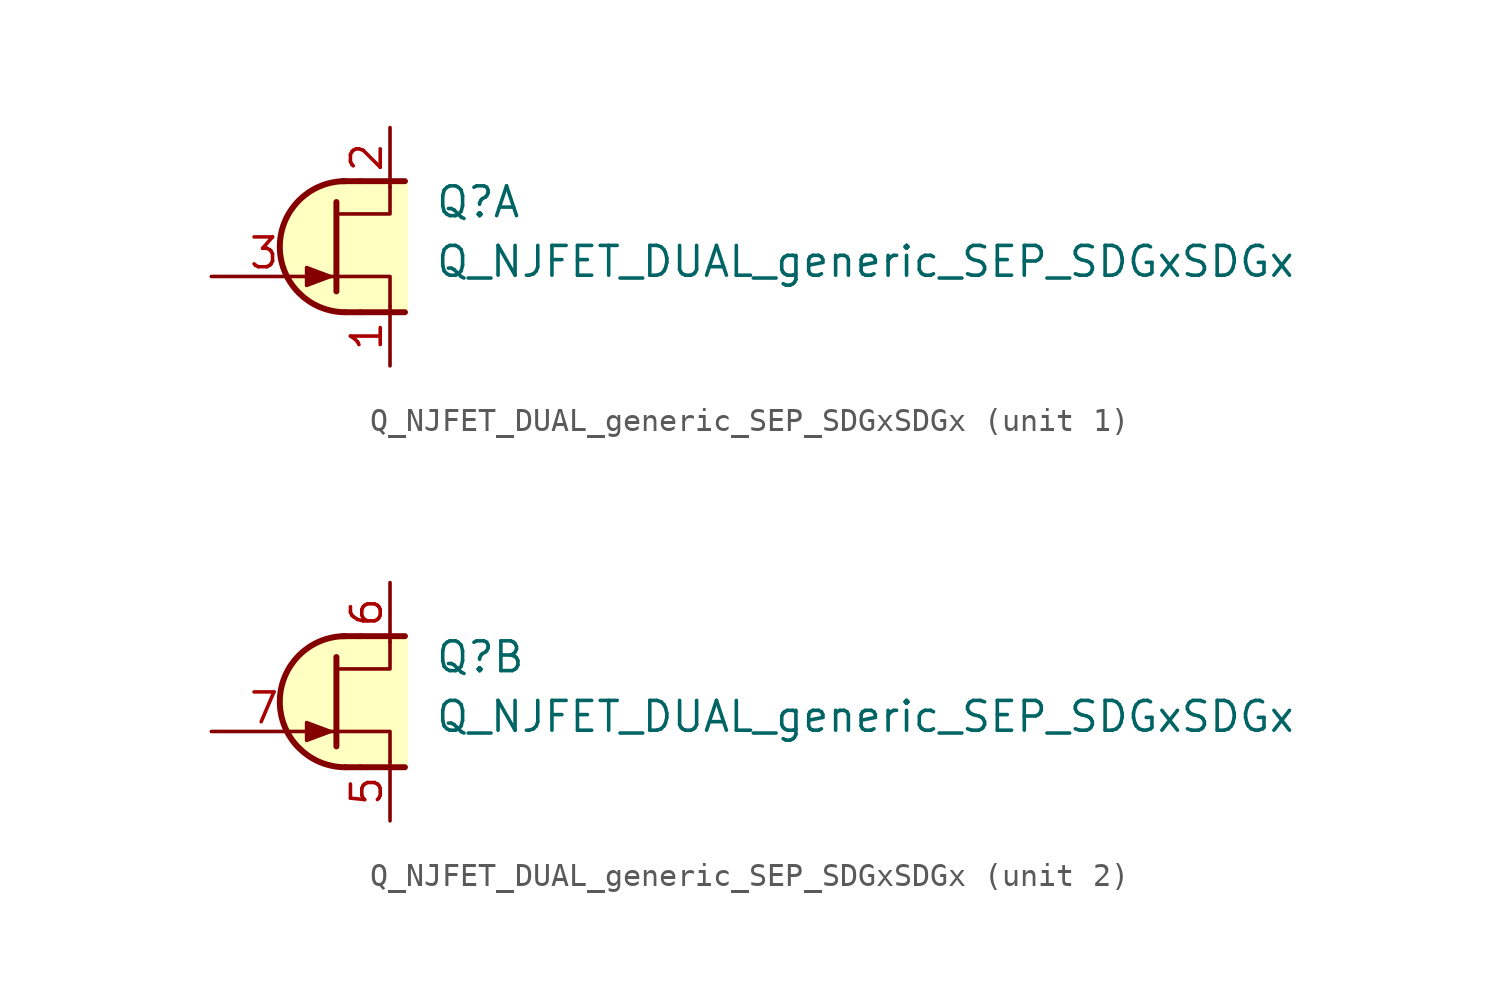
<source format=kicad_sym>
(kicad_symbol_lib
  (version 20231120)
  (generator "kicad_symbol_editor")
  (generator_version "8.0")
  (symbol "Q_NJFET_DUAL_generic_SEP_SDGxSDGx"
    (pin_names
      (offset 1.016) hide)
    (property "Reference" "Q"
      (at 3.175 1.905 0)
      (effects (font (size 1.27 1.27)) (justify left)))
    (property "Value" "Q_NJFET_DUAL_generic_SEP_SDGxSDGx"
      (at 3.175 -0.635 0)
      (effects (font (size 1.27 1.27)) (justify left)))
    (property "ki_locked" ""
      (at 0 0 0)
      (effects (font (size 1.27 1.27))))
    (symbol "Q_NJFET_DUAL_generic_SEP_SDGxSDGx_1_1"
      (arc (start -0.635 2.794) (mid -3.4169 0) (end -0.635 -2.794) (stroke (width 0.254) (type default)) (fill (type none)))
      (polyline (pts (xy -1.397 -1.27) (xy -1.016 -1.27)) (stroke (width 0) (type default)) (fill (type none)))
      (polyline (pts (xy 0 -2.794) (xy -0.635 -2.794)) (stroke (width 0.254) (type default)) (fill (type none)))
      (polyline (pts (xy 0 -2.794) (xy 1.905 -2.794)) (stroke (width 0.254) (type default)) (fill (type none)))
      (polyline (pts (xy 0 2.794) (xy -0.762 2.794)) (stroke (width 0.254) (type default)) (fill (type none)))
      (polyline (pts (xy 0 2.794) (xy 1.905 2.794)) (stroke (width 0.254) (type default)) (fill (type none)))
      (polyline (pts (xy -1.016 1.905) (xy -1.016 -1.905) (xy -1.016 -1.905)) (stroke (width 0.254) (type default)) (fill (type none)))
      (polyline (pts (xy 1.27 -2.54) (xy 1.27 -1.27) (xy -1.016 -1.27)) (stroke (width 0) (type default)) (fill (type none)))
      (polyline (pts (xy 1.27 2.54) (xy 1.27 1.397) (xy -1.016 1.397)) (stroke (width 0) (type default)) (fill (type none)))
      (polyline (pts (xy -1.27 -1.27) (xy -2.286 -0.889) (xy -2.286 -1.651) (xy -1.27 -1.27)) (stroke (width 0) (type default)) (fill (type outline)))
      (polyline (pts (xy 2.032 2.794) (xy -1.143 2.794) (xy -2.413 2.286) (xy -3.302 0.889) (xy -3.429 -0.381) (xy -2.921 -1.524) (xy -2.032 -2.413) (xy -0.635 -2.794) (xy 2.032 -2.794)) (stroke (width 0.025) (type default)) (fill (type background)))
      (pin passive line (at 1.27 -5.08 90) (length 2.54) (name "S1" (effects (font (size 1.27 1.27)))) (number "1" (effects (font (size 1.27 1.27)))))
      (pin passive line (at 1.27 5.08 270) (length 2.54) (name "D1" (effects (font (size 1.27 1.27)))) (number "2" (effects (font (size 1.27 1.27)))))
      (pin input line (at -6.35 -1.27 0) (length 4.496) (name "G1" (effects (font (size 1.27 1.27)))) (number "3" (effects (font (size 1.27 1.27)))))
      (pin free line (at 0 1.27 180) (length 2.54) hide (name "NC" (effects (font (size 1.27 1.27)))) (number "4" (effects (font (size 1.27 1.27)))))
      (pin free line (at 0 -1.27 180) (length 2.54) hide (name "NC" (effects (font (size 1.27 1.27)))) (number "8" (effects (font (size 1.27 1.27))))))
    (symbol "Q_NJFET_DUAL_generic_SEP_SDGxSDGx_2_1"
      (arc (start -0.635 2.794) (mid -3.4169 0) (end -0.635 -2.794) (stroke (width 0.254) (type default)) (fill (type none)))
      (polyline (pts (xy -1.397 -1.27) (xy -1.016 -1.27)) (stroke (width 0) (type default)) (fill (type none)))
      (polyline (pts (xy 0 -2.794) (xy -0.635 -2.794)) (stroke (width 0.254) (type default)) (fill (type none)))
      (polyline (pts (xy 0 -2.794) (xy 1.905 -2.794)) (stroke (width 0.254) (type default)) (fill (type none)))
      (polyline (pts (xy 0 2.794) (xy -0.762 2.794)) (stroke (width 0.254) (type default)) (fill (type none)))
      (polyline (pts (xy 0 2.794) (xy 1.905 2.794)) (stroke (width 0.254) (type default)) (fill (type none)))
      (polyline (pts (xy -1.016 1.905) (xy -1.016 -1.905) (xy -1.016 -1.905)) (stroke (width 0.254) (type default)) (fill (type none)))
      (polyline (pts (xy 1.27 -2.54) (xy 1.27 -1.27) (xy -1.016 -1.27)) (stroke (width 0) (type default)) (fill (type none)))
      (polyline (pts (xy 1.27 2.54) (xy 1.27 1.397) (xy -1.016 1.397)) (stroke (width 0) (type default)) (fill (type none)))
      (polyline (pts (xy -1.27 -1.27) (xy -2.286 -0.889) (xy -2.286 -1.651) (xy -1.27 -1.27)) (stroke (width 0) (type default)) (fill (type outline)))
      (polyline (pts (xy 2.032 2.794) (xy -1.143 2.794) (xy -2.413 2.286) (xy -3.302 0.889) (xy -3.429 -0.381) (xy -2.921 -1.524) (xy -2.032 -2.413) (xy -0.635 -2.794) (xy 2.032 -2.794)) (stroke (width 0.025) (type default)) (fill (type background)))
      (pin passive line (at 1.27 -5.08 90) (length 2.54) (name "S1" (effects (font (size 1.27 1.27)))) (number "5" (effects (font (size 1.27 1.27)))))
      (pin passive line (at 1.27 5.08 270) (length 2.54) (name "D1" (effects (font (size 1.27 1.27)))) (number "6" (effects (font (size 1.27 1.27)))))
      (pin input line (at -6.35 -1.27 0) (length 4.496) (name "G1" (effects (font (size 1.27 1.27)))) (number "7" (effects (font (size 1.27 1.27))))))))
</source>
